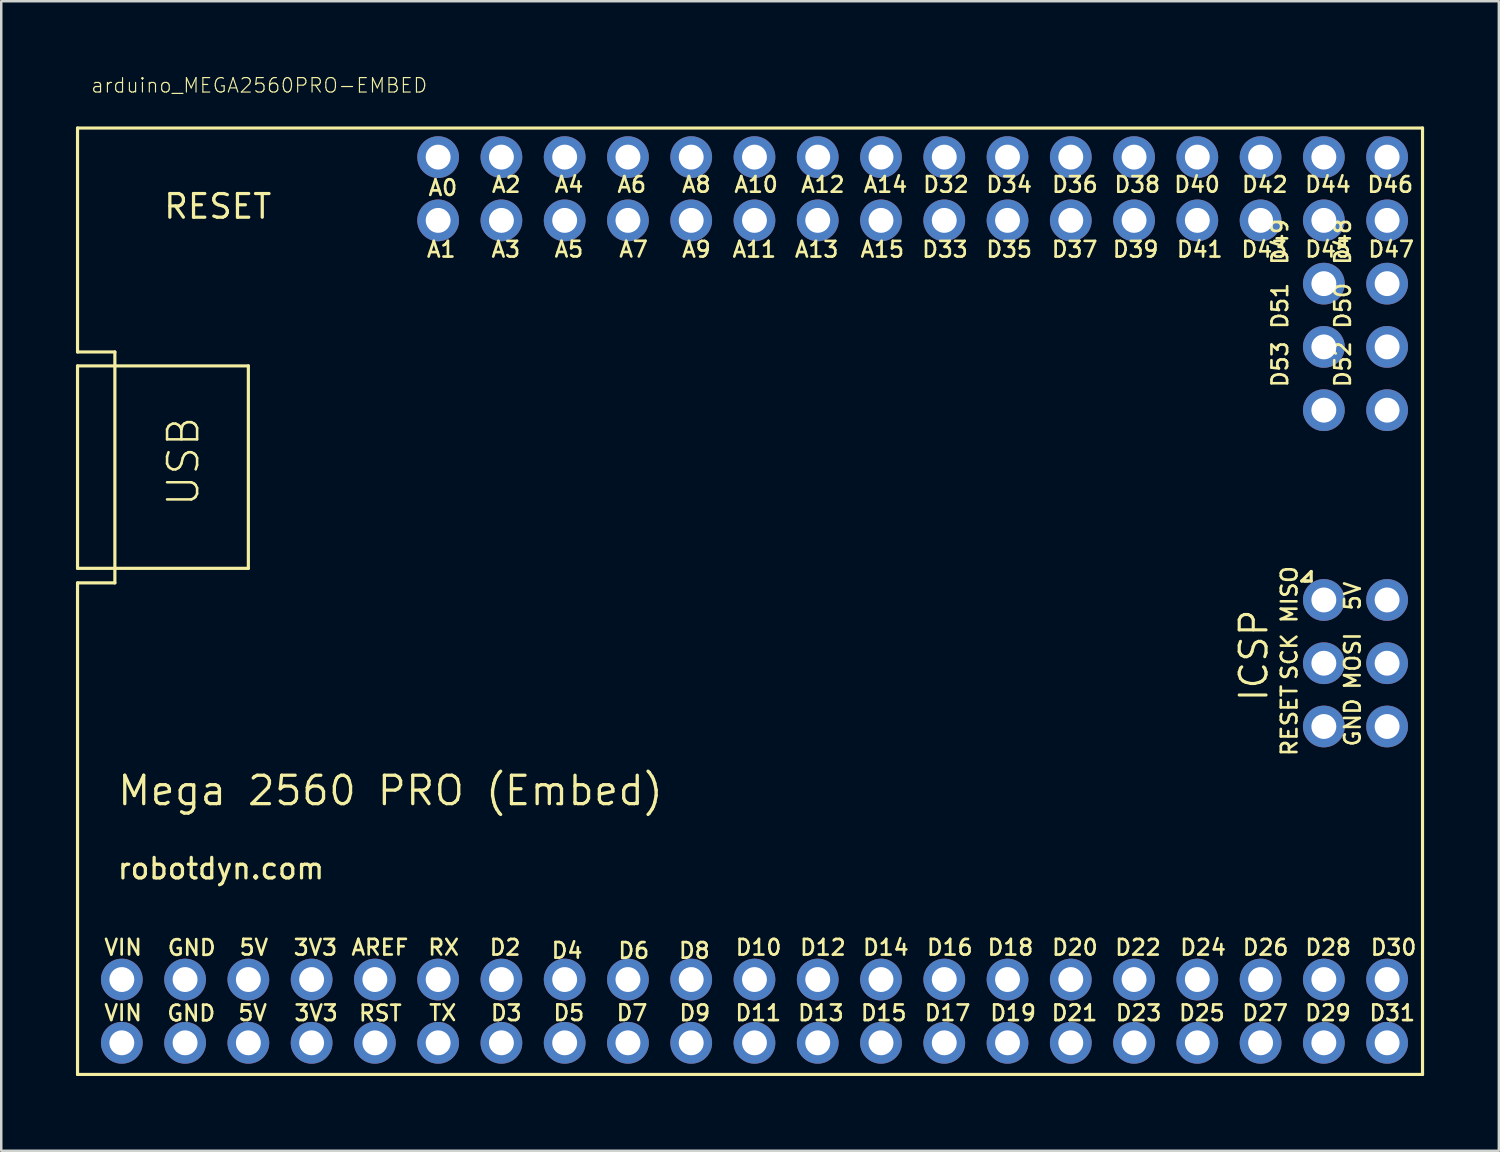
<source format=kicad_pcb>
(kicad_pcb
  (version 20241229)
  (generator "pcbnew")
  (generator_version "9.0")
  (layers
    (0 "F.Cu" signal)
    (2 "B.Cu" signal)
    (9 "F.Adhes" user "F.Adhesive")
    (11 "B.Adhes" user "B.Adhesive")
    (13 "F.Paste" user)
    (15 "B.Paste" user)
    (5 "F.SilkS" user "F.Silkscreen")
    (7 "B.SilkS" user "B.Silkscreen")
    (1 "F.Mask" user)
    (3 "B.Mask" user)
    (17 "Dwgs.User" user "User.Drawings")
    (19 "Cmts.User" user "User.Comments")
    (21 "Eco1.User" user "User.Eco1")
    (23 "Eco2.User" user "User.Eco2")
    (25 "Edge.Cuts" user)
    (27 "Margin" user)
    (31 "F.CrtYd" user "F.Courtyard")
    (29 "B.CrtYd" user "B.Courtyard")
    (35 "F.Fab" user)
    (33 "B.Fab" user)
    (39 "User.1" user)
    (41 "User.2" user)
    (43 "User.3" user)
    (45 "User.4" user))
  (footprint "arduino_MEGA2560PRO-EMBED"
    (layer "F.Cu")
    (at 34.861 19.768)
    (property "Reference" "arduino_MEGA2560PRO-EMBED" (at -34.29 -19.05 0) (layer "F.SilkS") (effects (font (size 0.579 0.579) (thickness 0.046)) (justify left bottom)))
    (attr through_hole)
    (fp_line (start -34.798 -17.678) (end 19.202 -17.678) (stroke (width 0.127) (type solid)) (layer "F.SilkS"))
    (fp_line (start -34.798 -8.687) (end -34.798 -17.678) (stroke (width 0.127) (type solid)) (layer "F.SilkS"))
    (fp_line (start -34.798 -8.687) (end -33.299 -8.687) (stroke (width 0.127) (type solid)) (layer "F.SilkS"))
    (fp_line (start -34.798 -8.128) (end -34.798 0) (stroke (width 0.127) (type solid)) (layer "F.SilkS"))
    (fp_line (start -34.798 0) (end -27.94 0) (stroke (width 0.127) (type solid)) (layer "F.SilkS"))
    (fp_line (start -34.798 0.584) (end -33.299 0.584) (stroke (width 0.127) (type solid)) (layer "F.SilkS"))
    (fp_line (start -34.798 20.32) (end -34.798 0.584) (stroke (width 0.127) (type solid)) (layer "F.SilkS"))
    (fp_line (start -34.798 20.32) (end 19.202 20.32) (stroke (width 0.127) (type solid)) (layer "F.SilkS"))
    (fp_line (start -33.299 0.584) (end -33.299 -8.687) (stroke (width 0.127) (type solid)) (layer "F.SilkS"))
    (fp_line (start -27.94 -8.128) (end -34.798 -8.128) (stroke (width 0.127) (type solid)) (layer "F.SilkS"))
    (fp_line (start -27.94 0) (end -27.94 -8.128) (stroke (width 0.127) (type solid)) (layer "F.SilkS"))
    (fp_line (start -15.519 9.449) (end -15.392 9.449) (stroke (width 0.127) (type solid)) (layer "F.SilkS"))
    (fp_line (start 14.351 0.508) (end 14.732 0.127) (stroke (width 0.127) (type solid)) (layer "F.SilkS"))
    (fp_line (start 14.478 0.508) (end 14.351 0.508) (stroke (width 0.127) (type solid)) (layer "F.SilkS"))
    (fp_line (start 14.605 0.508) (end 14.478 0.508) (stroke (width 0.127) (type solid)) (layer "F.SilkS"))
    (fp_line (start 14.732 0.127) (end 14.732 0.508) (stroke (width 0.127) (type solid)) (layer "F.SilkS"))
    (fp_line (start 14.732 0.508) (end 14.478 0.508) (stroke (width 0.127) (type solid)) (layer "F.SilkS"))
    (fp_line (start 19.202 20.32) (end 19.202 -17.678) (stroke (width 0.127) (type solid)) (layer "F.SilkS"))
    (fp_text user "D20" (at 4.265 15.588 0) (layer "F.SilkS") (effects (font (size 0.627 0.627) (thickness 0.106)) (justify left bottom)))
    (fp_text user "D39" (at 6.703 -12.437 0) (layer "F.SilkS") (effects (font (size 0.627 0.627) (thickness 0.106)) (justify left bottom)))
    (fp_text user "AREF" (at -23.863 15.585 0) (layer "F.SilkS") (effects (font (size 0.627 0.627) (thickness 0.106)) (justify left bottom)))
    (fp_text user "D6" (at -13.148 15.715 0) (layer "F.SilkS") (effects (font (size 0.627 0.627) (thickness 0.106)) (justify left bottom)))
    (fp_text user "D46" (at 16.925 -15.039 0) (layer "F.SilkS") (effects (font (size 0.627 0.627) (thickness 0.106)) (justify left bottom)))
    (fp_text user "D7" (at -13.219 18.215 0) (layer "F.SilkS") (effects (font (size 0.627 0.627) (thickness 0.106)) (justify left bottom)))
    (fp_text user "D10" (at -8.435 15.588 0) (layer "F.SilkS") (effects (font (size 0.627 0.627) (thickness 0.106)) (justify left bottom)))
    (fp_text user "D30" (at 17.059 15.588 0) (layer "F.SilkS") (effects (font (size 0.627 0.627) (thickness 0.106)) (justify left bottom)))
    (fp_text user "A9" (at -10.587 -12.437 0) (layer "F.SilkS") (effects (font (size 0.627 0.627) (thickness 0.106)) (justify left bottom)))
    (fp_text user "D22" (at 6.8 15.588 0) (layer "F.SilkS") (effects (font (size 0.627 0.627) (thickness 0.106)) (justify left bottom)))
    (fp_text user "D3" (at -18.266 18.218 0) (layer "F.SilkS") (effects (font (size 0.627 0.627) (thickness 0.106)) (justify left bottom)))
    (fp_text user "D48" (at 16.366 -12.134 270) (layer "F.SilkS") (effects (font (size 0.627 0.627) (thickness 0.106)) (justify left bottom)))
    (fp_text user "GND" (at -31.259 18.228 0) (layer "F.SilkS") (effects (font (size 0.627 0.627) (thickness 0.106)) (justify left bottom)))
    (fp_text user "D4" (at -15.827 15.712 0) (layer "F.SilkS") (effects (font (size 0.627 0.627) (thickness 0.106)) (justify left bottom)))
    (fp_text user "D17" (at -0.848 18.218 0) (layer "F.SilkS") (effects (font (size 0.627 0.627) (thickness 0.106)) (justify left bottom)))
    (fp_text user "A15" (at -3.422 -12.437 0) (layer "F.SilkS") (effects (font (size 0.627 0.627) (thickness 0.106)) (justify left bottom)))
    (fp_text user "SCK" (at 14.221 4.545 90) (layer "F.SilkS") (effects (font (size 0.627 0.627) (thickness 0.106)) (justify left bottom)))
    (fp_text user "D31" (at 17.006 18.218 0) (layer "F.SilkS") (effects (font (size 0.627 0.627) (thickness 0.106)) (justify left bottom)))
    (fp_text user "D24" (at 9.41 15.588 0) (layer "F.SilkS") (effects (font (size 0.627 0.627) (thickness 0.106)) (justify left bottom)))
    (fp_text user "D13" (at -5.933 18.218 0) (layer "F.SilkS") (effects (font (size 0.627 0.627) (thickness 0.106)) (justify left bottom)))
    (fp_text user "robotdyn.com" (at -33.258 12.536 0) (layer "F.SilkS") (effects (font (size 0.823 0.823) (thickness 0.13)) (justify left bottom)))
    (fp_text user "RST" (at -23.562 18.228 0) (layer "F.SilkS") (effects (font (size 0.627 0.627) (thickness 0.106)) (justify left bottom)))
    (fp_text user "D29" (at 14.425 18.218 0) (layer "F.SilkS") (effects (font (size 0.627 0.627) (thickness 0.106)) (justify left bottom)))
    (fp_text user "D5" (at -15.754 18.215 0) (layer "F.SilkS") (effects (font (size 0.627 0.627) (thickness 0.106)) (justify left bottom)))
    (fp_text user "D35" (at 1.625 -12.437 0) (layer "F.SilkS") (effects (font (size 0.627 0.627) (thickness 0.106)) (justify left bottom)))
    (fp_text user "MOSI" (at 16.761 4.926 90) (layer "F.SilkS") (effects (font (size 0.627 0.627) (thickness 0.106)) (justify left bottom)))
    (fp_text user "D16" (at -0.758 15.588 0) (layer "F.SilkS") (effects (font (size 0.627 0.627) (thickness 0.106)) (justify left bottom)))
    (fp_text user "A12" (at -5.81 -15.039 0) (layer "F.SilkS") (effects (font (size 0.627 0.627) (thickness 0.106)) (justify left bottom)))
    (fp_text user "D23" (at 6.822 18.218 0) (layer "F.SilkS") (effects (font (size 0.627 0.627) (thickness 0.106)) (justify left bottom)))
    (fp_text user "A1" (at -20.833 -12.437 0) (layer "F.SilkS") (effects (font (size 0.627 0.627) (thickness 0.106)) (justify left bottom)))
    (fp_text user "5V" (at 16.761 1.751 90) (layer "F.SilkS") (effects (font (size 0.627 0.627) (thickness 0.106)) (justify left bottom)))
    (fp_text user "D19" (at 1.784 18.218 0) (layer "F.SilkS") (effects (font (size 0.627 0.627) (thickness 0.106)) (justify left bottom)))
    (fp_text user "D14" (at -3.326 15.588 0) (layer "F.SilkS") (effects (font (size 0.627 0.627) (thickness 0.106)) (justify left bottom)))
    (fp_text user "A3" (at -18.239 -12.437 0) (layer "F.SilkS") (effects (font (size 0.627 0.627) (thickness 0.106)) (justify left bottom)))
    (fp_text user "D52" (at 16.366 -7.212 270) (layer "F.SilkS") (effects (font (size 0.627 0.627) (thickness 0.106)) (justify left bottom)))
    (fp_text user "TX" (at -20.743 18.215 0) (layer "F.SilkS") (effects (font (size 0.627 0.627) (thickness 0.106)) (justify left bottom)))
    (fp_text user "A8" (at -10.59 -15.039 0) (layer "F.SilkS") (effects (font (size 0.627 0.627) (thickness 0.106)) (justify left bottom)))
    (fp_text user "D47" (at 16.962 -12.441 0) (layer "F.SilkS") (effects (font (size 0.627 0.627) (thickness 0.106)) (justify left bottom)))
    (fp_text user "RESET" (at 14.221 7.593 90) (layer "F.SilkS") (effects (font (size 0.627 0.627) (thickness 0.106)) (justify left bottom)))
    (fp_text user "D8" (at -10.715 15.715 0) (layer "F.SilkS") (effects (font (size 0.627 0.627) (thickness 0.106)) (justify left bottom)))
    (fp_text user "D34" (at 1.624 -15.039 0) (layer "F.SilkS") (effects (font (size 0.627 0.627) (thickness 0.106)) (justify left bottom)))
    (fp_text user "A5" (at -15.706 -12.441 0) (layer "F.SilkS") (effects (font (size 0.627 0.627) (thickness 0.106)) (justify left bottom)))
    (fp_text user "D26" (at 11.92 15.588 0) (layer "F.SilkS") (effects (font (size 0.627 0.627) (thickness 0.106)) (justify left bottom)))
    (fp_text user "D38" (at 6.768 -15.039 0) (layer "F.SilkS") (effects (font (size 0.627 0.627) (thickness 0.106)) (justify left bottom)))
    (fp_text user "D44" (at 14.424 -15.042 0) (layer "F.SilkS") (effects (font (size 0.627 0.627) (thickness 0.106)) (justify left bottom)))
    (fp_text user "GND" (at -31.239 15.598 0) (layer "F.SilkS") (effects (font (size 0.627 0.627) (thickness 0.106)) (justify left bottom)))
    (fp_text user "VIN" (at -33.783 15.585 0) (layer "F.SilkS") (effects (font (size 0.627 0.627) (thickness 0.106)) (justify left bottom)))
    (fp_text user "5V" (at -28.357 15.585 0) (layer "F.SilkS") (effects (font (size 0.627 0.627) (thickness 0.106)) (justify left bottom)))
    (fp_text user "D49" (at 13.846 -12.134 270) (layer "F.SilkS") (effects (font (size 0.627 0.627) (thickness 0.106)) (justify left bottom)))
    (fp_text user "Mega 2560 PRO (Embed)" (at -33.26 9.593 0) (layer "F.SilkS") (effects (font (size 1.14 1.14) (thickness 0.132)) (justify left bottom)))
    (fp_text user "D36" (at 4.265 -15.039 0) (layer "F.SilkS") (effects (font (size 0.627 0.627) (thickness 0.106)) (justify left bottom)))
    (fp_text user "D18" (at 1.677 15.588 0) (layer "F.SilkS") (effects (font (size 0.627 0.627) (thickness 0.106)) (justify left bottom)))
    (fp_text user "D12" (at -5.852 15.588 0) (layer "F.SilkS") (effects (font (size 0.627 0.627) (thickness 0.106)) (justify left bottom)))
    (fp_text user "GND" (at 16.761 7.212 90) (layer "F.SilkS") (effects (font (size 0.627 0.627) (thickness 0.106)) (justify left bottom)))
    (fp_text user "D50" (at 16.366 -9.562 270) (layer "F.SilkS") (effects (font (size 0.627 0.627) (thickness 0.106)) (justify left bottom)))
    (fp_text user "D28" (at 14.432 15.588 0) (layer "F.SilkS") (effects (font (size 0.627 0.627) (thickness 0.106)) (justify left bottom)))
    (fp_text user "D53" (at 13.846 -7.212 270) (layer "F.SilkS") (effects (font (size 0.627 0.627) (thickness 0.106)) (justify left bottom)))
    (fp_text user "3V3" (at -26.156 18.218 0) (layer "F.SilkS") (effects (font (size 0.627 0.627) (thickness 0.106)) (justify left bottom)))
    (fp_text user "RX" (at -20.78 15.585 0) (layer "F.SilkS") (effects (font (size 0.627 0.627) (thickness 0.106)) (justify left bottom)))
    (fp_text user "ICSP" (at 13.057 5.424 90) (layer "F.SilkS") (effects (font (size 1.077 1.077) (thickness 0.125)) (justify left bottom)))
    (fp_text user "D2" (at -18.314 15.588 0) (layer "F.SilkS") (effects (font (size 0.627 0.627) (thickness 0.106)) (justify left bottom)))
    (fp_text user "A11" (at -8.561 -12.437 0) (layer "F.SilkS") (effects (font (size 0.627 0.627) (thickness 0.106)) (justify left bottom)))
    (fp_text user "D43" (at 11.868 -12.437 0) (layer "F.SilkS") (effects (font (size 0.627 0.627) (thickness 0.106)) (justify left bottom)))
    (fp_text user "A7" (at -13.11 -12.441 0) (layer "F.SilkS") (effects (font (size 0.627 0.627) (thickness 0.106)) (justify left bottom)))
    (fp_text user "A14" (at -3.296 -15.039 0) (layer "F.SilkS") (effects (font (size 0.627 0.627) (thickness 0.106)) (justify left bottom)))
    (fp_text user "USB" (at -29.845 -2.413 90) (layer "F.SilkS") (effects (font (size 1.206 1.206) (thickness 0.102)) (justify left bottom)))
    (fp_text user "D11" (at -8.449 18.218 0) (layer "F.SilkS") (effects (font (size 0.627 0.627) (thickness 0.106)) (justify left bottom)))
    (fp_text user "A4" (at -15.703 -15.042 0) (layer "F.SilkS") (effects (font (size 0.627 0.627) (thickness 0.106)) (justify left bottom)))
    (fp_text user "D33" (at -0.951 -12.437 0) (layer "F.SilkS") (effects (font (size 0.627 0.627) (thickness 0.106)) (justify left bottom)))
    (fp_text user "D27" (at 11.901 18.218 0) (layer "F.SilkS") (effects (font (size 0.627 0.627) (thickness 0.106)) (justify left bottom)))
    (fp_text user "3V3" (at -26.183 15.588 0) (layer "F.SilkS") (effects (font (size 0.627 0.627) (thickness 0.106)) (justify left bottom)))
    (fp_text user "D15" (at -3.411 18.218 0) (layer "F.SilkS") (effects (font (size 0.627 0.627) (thickness 0.106)) (justify left bottom)))
    (fp_text user "A0" (at -20.766 -14.912 0) (layer "F.SilkS") (effects (font (size 0.627 0.627) (thickness 0.106)) (justify left bottom)))
    (fp_text user "D9" (at -10.697 18.218 0) (layer "F.SilkS") (effects (font (size 0.627 0.627) (thickness 0.106)) (justify left bottom)))
    (fp_text user "A10" (at -8.489 -15.039 0) (layer "F.SilkS") (effects (font (size 0.627 0.627) (thickness 0.106)) (justify left bottom)))
    (fp_text user "D51" (at 13.846 -9.557 270) (layer "F.SilkS") (effects (font (size 0.627 0.627) (thickness 0.106)) (justify left bottom)))
    (fp_text user "D45" (at 14.427 -12.441 0) (layer "F.SilkS") (effects (font (size 0.627 0.627) (thickness 0.106)) (justify left bottom)))
    (fp_text user "A13" (at -6.058 -12.437 0) (layer "F.SilkS") (effects (font (size 0.627 0.627) (thickness 0.106)) (justify left bottom)))
    (fp_text user "A6" (at -13.183 -15.039 0) (layer "F.SilkS") (effects (font (size 0.627 0.627) (thickness 0.106)) (justify left bottom)))
    (fp_text user "A2" (at -18.222 -15.039 0) (layer "F.SilkS") (effects (font (size 0.627 0.627) (thickness 0.106)) (justify left bottom)))
    (fp_text user "D42" (at 11.89 -15.039 0) (layer "F.SilkS") (effects (font (size 0.627 0.627) (thickness 0.106)) (justify left bottom)))
    (fp_text user "RESET" (at -31.403 -13.975 0) (layer "F.SilkS") (effects (font (size 0.95 0.95) (thickness 0.13)) (justify left bottom)))
    (fp_text user "VIN" (at -33.784 18.215 0) (layer "F.SilkS") (effects (font (size 0.627 0.627) (thickness 0.106)) (justify left bottom)))
    (fp_text user "D32" (at -0.911 -15.039 0) (layer "F.SilkS") (effects (font (size 0.627 0.627) (thickness 0.106)) (justify left bottom)))
    (fp_text user "D41" (at 9.276 -12.437 0) (layer "F.SilkS") (effects (font (size 0.627 0.627) (thickness 0.106)) (justify left bottom)))
    (fp_text user "5V" (at -28.407 18.215 0) (layer "F.SilkS") (effects (font (size 0.627 0.627) (thickness 0.106)) (justify left bottom)))
    (fp_text user "D40" (at 9.169 -15.039 0) (layer "F.SilkS") (effects (font (size 0.627 0.627) (thickness 0.106)) (justify left bottom)))
    (fp_text user "D37" (at 4.253 -12.437 0) (layer "F.SilkS") (effects (font (size 0.627 0.627) (thickness 0.106)) (justify left bottom)))
    (fp_text user "D25" (at 9.363 18.218 0) (layer "F.SilkS") (effects (font (size 0.627 0.627) (thickness 0.106)) (justify left bottom)))
    (fp_text user "MISO" (at 14.221 2.259 90) (layer "F.SilkS") (effects (font (size 0.627 0.627) (thickness 0.106)) (justify left bottom)))
    (fp_text user "D21" (at 4.248 18.218 0) (layer "F.SilkS") (effects (font (size 0.627 0.627) (thickness 0.106)) (justify left bottom)))
    (pad "3V3@1" thru_hole circle (at -25.4 19.05) (size 1.676 1.676) (drill 1) (layers "*.Cu" "*.Mask"))
    (pad "3V3@2" thru_hole circle (at -25.4 16.51) (size 1.676 1.676) (drill 1) (layers "*.Cu" "*.Mask"))
    (pad "5V@1" thru_hole circle (at -27.94 19.05) (size 1.676 1.676) (drill 1) (layers "*.Cu" "*.Mask"))
    (pad "5V@2" thru_hole circle (at -27.94 16.51) (size 1.676 1.676) (drill 1) (layers "*.Cu" "*.Mask"))
    (pad "5V@3" thru_hole circle (at 17.78 1.27) (size 1.676 1.676) (drill 1) (layers "*.Cu" "*.Mask"))
    (pad "A0" thru_hole circle (at -20.32 -16.51) (size 1.676 1.676) (drill 1) (layers "*.Cu" "*.Mask"))
    (pad "A1" thru_hole circle (at -20.32 -13.97) (size 1.676 1.676) (drill 1) (layers "*.Cu" "*.Mask"))
    (pad "A2" thru_hole circle (at -17.78 -16.51) (size 1.676 1.676) (drill 1) (layers "*.Cu" "*.Mask"))
    (pad "A3" thru_hole circle (at -17.78 -13.97) (size 1.676 1.676) (drill 1) (layers "*.Cu" "*.Mask"))
    (pad "A4" thru_hole circle (at -15.24 -16.51) (size 1.676 1.676) (drill 1) (layers "*.Cu" "*.Mask"))
    (pad "A5" thru_hole circle (at -15.24 -13.97) (size 1.676 1.676) (drill 1) (layers "*.Cu" "*.Mask"))
    (pad "A6" thru_hole circle (at -12.7 -16.51) (size 1.676 1.676) (drill 1) (layers "*.Cu" "*.Mask"))
    (pad "A7" thru_hole circle (at -12.7 -13.97) (size 1.676 1.676) (drill 1) (layers "*.Cu" "*.Mask"))
    (pad "A8" thru_hole circle (at -10.16 -16.51) (size 1.676 1.676) (drill 1) (layers "*.Cu" "*.Mask"))
    (pad "A9" thru_hole circle (at -10.16 -13.97) (size 1.676 1.676) (drill 1) (layers "*.Cu" "*.Mask"))
    (pad "A10" thru_hole circle (at -7.62 -16.51) (size 1.676 1.676) (drill 1) (layers "*.Cu" "*.Mask"))
    (pad "A11" thru_hole circle (at -7.62 -13.97) (size 1.676 1.676) (drill 1) (layers "*.Cu" "*.Mask"))
    (pad "A12" thru_hole circle (at -5.08 -16.51) (size 1.676 1.676) (drill 1) (layers "*.Cu" "*.Mask"))
    (pad "A13" thru_hole circle (at -5.08 -13.97) (size 1.676 1.676) (drill 1) (layers "*.Cu" "*.Mask"))
    (pad "A14" thru_hole circle (at -2.54 -16.51) (size 1.676 1.676) (drill 1) (layers "*.Cu" "*.Mask"))
    (pad "A15" thru_hole circle (at -2.54 -13.97) (size 1.676 1.676) (drill 1) (layers "*.Cu" "*.Mask"))
    (pad "AREF" thru_hole circle (at -22.86 16.51) (size 1.676 1.676) (drill 1) (layers "*.Cu" "*.Mask"))
    (pad "D2" thru_hole circle (at -17.78 16.51) (size 1.676 1.676) (drill 1) (layers "*.Cu" "*.Mask"))
    (pad "D3" thru_hole circle (at -17.78 19.05) (size 1.676 1.676) (drill 1) (layers "*.Cu" "*.Mask"))
    (pad "D4" thru_hole circle (at -15.24 16.51) (size 1.676 1.676) (drill 1) (layers "*.Cu" "*.Mask"))
    (pad "D5" thru_hole circle (at -15.24 19.05) (size 1.676 1.676) (drill 1) (layers "*.Cu" "*.Mask"))
    (pad "D6" thru_hole circle (at -12.7 16.51) (size 1.676 1.676) (drill 1) (layers "*.Cu" "*.Mask"))
    (pad "D7" thru_hole circle (at -12.7 19.05) (size 1.676 1.676) (drill 1) (layers "*.Cu" "*.Mask"))
    (pad "D8" thru_hole circle (at -10.16 16.51) (size 1.676 1.676) (drill 1) (layers "*.Cu" "*.Mask"))
    (pad "D9" thru_hole circle (at -10.16 19.05) (size 1.676 1.676) (drill 1) (layers "*.Cu" "*.Mask"))
    (pad "D10" thru_hole circle (at -7.62 16.51) (size 1.676 1.676) (drill 1) (layers "*.Cu" "*.Mask"))
    (pad "D11" thru_hole circle (at -7.62 19.05) (size 1.676 1.676) (drill 1) (layers "*.Cu" "*.Mask"))
    (pad "D12" thru_hole circle (at -5.08 16.51) (size 1.676 1.676) (drill 1) (layers "*.Cu" "*.Mask"))
    (pad "D13" thru_hole circle (at -5.08 19.05) (size 1.676 1.676) (drill 1) (layers "*.Cu" "*.Mask"))
    (pad "D14" thru_hole circle (at -2.54 16.51) (size 1.676 1.676) (drill 1) (layers "*.Cu" "*.Mask"))
    (pad "D15" thru_hole circle (at -2.54 19.05) (size 1.676 1.676) (drill 1) (layers "*.Cu" "*.Mask"))
    (pad "D16" thru_hole circle (at 0 16.51) (size 1.676 1.676) (drill 1) (layers "*.Cu" "*.Mask"))
    (pad "D17" thru_hole circle (at 0 19.05) (size 1.676 1.676) (drill 1) (layers "*.Cu" "*.Mask"))
    (pad "D18" thru_hole circle (at 2.54 16.51) (size 1.676 1.676) (drill 1) (layers "*.Cu" "*.Mask"))
    (pad "D19" thru_hole circle (at 2.54 19.05) (size 1.676 1.676) (drill 1) (layers "*.Cu" "*.Mask"))
    (pad "D20" thru_hole circle (at 5.08 16.51) (size 1.676 1.676) (drill 1) (layers "*.Cu" "*.Mask"))
    (pad "D21" thru_hole circle (at 5.08 19.05) (size 1.676 1.676) (drill 1) (layers "*.Cu" "*.Mask"))
    (pad "D22" thru_hole circle (at 7.62 16.51) (size 1.676 1.676) (drill 1) (layers "*.Cu" "*.Mask"))
    (pad "D23" thru_hole circle (at 7.62 19.05) (size 1.676 1.676) (drill 1) (layers "*.Cu" "*.Mask"))
    (pad "D24" thru_hole circle (at 10.16 16.51) (size 1.676 1.676) (drill 1) (layers "*.Cu" "*.Mask"))
    (pad "D25" thru_hole circle (at 10.16 19.05) (size 1.676 1.676) (drill 1) (layers "*.Cu" "*.Mask"))
    (pad "D26" thru_hole circle (at 12.7 16.51) (size 1.676 1.676) (drill 1) (layers "*.Cu" "*.Mask"))
    (pad "D27" thru_hole circle (at 12.7 19.05) (size 1.676 1.676) (drill 1) (layers "*.Cu" "*.Mask"))
    (pad "D28" thru_hole circle (at 15.24 16.51) (size 1.676 1.676) (drill 1) (layers "*.Cu" "*.Mask"))
    (pad "D29" thru_hole circle (at 15.24 19.05) (size 1.676 1.676) (drill 1) (layers "*.Cu" "*.Mask"))
    (pad "D30" thru_hole circle (at 17.78 16.51) (size 1.676 1.676) (drill 1) (layers "*.Cu" "*.Mask"))
    (pad "D31" thru_hole circle (at 17.78 19.05) (size 1.676 1.676) (drill 1) (layers "*.Cu" "*.Mask"))
    (pad "D32" thru_hole circle (at 0 -16.51) (size 1.676 1.676) (drill 1) (layers "*.Cu" "*.Mask"))
    (pad "D33" thru_hole circle (at 0 -13.97) (size 1.676 1.676) (drill 1) (layers "*.Cu" "*.Mask"))
    (pad "D34" thru_hole circle (at 2.54 -16.51) (size 1.676 1.676) (drill 1) (layers "*.Cu" "*.Mask"))
    (pad "D35" thru_hole circle (at 2.54 -13.97) (size 1.676 1.676) (drill 1) (layers "*.Cu" "*.Mask"))
    (pad "D36" thru_hole circle (at 5.08 -16.51) (size 1.676 1.676) (drill 1) (layers "*.Cu" "*.Mask"))
    (pad "D37" thru_hole circle (at 5.08 -13.97) (size 1.676 1.676) (drill 1) (layers "*.Cu" "*.Mask"))
    (pad "D38" thru_hole circle (at 7.62 -16.51) (size 1.676 1.676) (drill 1) (layers "*.Cu" "*.Mask"))
    (pad "D39" thru_hole circle (at 7.62 -13.97) (size 1.676 1.676) (drill 1) (layers "*.Cu" "*.Mask"))
    (pad "D40" thru_hole circle (at 10.16 -16.51) (size 1.676 1.676) (drill 1) (layers "*.Cu" "*.Mask"))
    (pad "D41" thru_hole circle (at 10.16 -13.97) (size 1.676 1.676) (drill 1) (layers "*.Cu" "*.Mask"))
    (pad "D42" thru_hole circle (at 12.7 -16.51) (size 1.676 1.676) (drill 1) (layers "*.Cu" "*.Mask"))
    (pad "D43" thru_hole circle (at 12.7 -13.97) (size 1.676 1.676) (drill 1) (layers "*.Cu" "*.Mask"))
    (pad "D44" thru_hole circle (at 15.24 -16.51) (size 1.676 1.676) (drill 1) (layers "*.Cu" "*.Mask"))
    (pad "D45" thru_hole circle (at 15.24 -13.97) (size 1.676 1.676) (drill 1) (layers "*.Cu" "*.Mask"))
    (pad "D46" thru_hole circle (at 17.78 -16.51) (size 1.676 1.676) (drill 1) (layers "*.Cu" "*.Mask"))
    (pad "D47" thru_hole circle (at 17.78 -13.97) (size 1.676 1.676) (drill 1) (layers "*.Cu" "*.Mask"))
    (pad "D48" thru_hole circle (at 17.78 -11.43) (size 1.676 1.676) (drill 1) (layers "*.Cu" "*.Mask"))
    (pad "D49" thru_hole circle (at 15.24 -11.43) (size 1.676 1.676) (drill 1) (layers "*.Cu" "*.Mask"))
    (pad "D50" thru_hole circle (at 17.78 -8.89) (size 1.676 1.676) (drill 1) (layers "*.Cu" "*.Mask"))
    (pad "D51" thru_hole circle (at 15.24 -8.89) (size 1.676 1.676) (drill 1) (layers "*.Cu" "*.Mask"))
    (pad "D52" thru_hole circle (at 17.78 -6.35) (size 1.676 1.676) (drill 1) (layers "*.Cu" "*.Mask"))
    (pad "D53" thru_hole circle (at 15.24 -6.35) (size 1.676 1.676) (drill 1) (layers "*.Cu" "*.Mask"))
    (pad "GND@1" thru_hole circle (at -30.48 19.05) (size 1.676 1.676) (drill 1) (layers "*.Cu" "*.Mask"))
    (pad "GND@2" thru_hole circle (at -30.48 16.51) (size 1.676 1.676) (drill 1) (layers "*.Cu" "*.Mask"))
    (pad "GND@3" thru_hole circle (at 17.78 6.35) (size 1.676 1.676) (drill 1) (layers "*.Cu" "*.Mask"))
    (pad "MISO" thru_hole circle (at 15.24 1.27) (size 1.676 1.676) (drill 1) (layers "*.Cu" "*.Mask"))
    (pad "MOSI" thru_hole circle (at 17.78 3.81) (size 1.676 1.676) (drill 1) (layers "*.Cu" "*.Mask"))
    (pad "RESET" thru_hole circle (at 15.24 6.35) (size 1.676 1.676) (drill 1) (layers "*.Cu" "*.Mask"))
    (pad "RST" thru_hole circle (at -22.86 19.05) (size 1.676 1.676) (drill 1) (layers "*.Cu" "*.Mask"))
    (pad "RX" thru_hole circle (at -20.32 16.51) (size 1.676 1.676) (drill 1) (layers "*.Cu" "*.Mask"))
    (pad "SCK" thru_hole circle (at 15.24 3.81) (size 1.676 1.676) (drill 1) (layers "*.Cu" "*.Mask"))
    (pad "TX" thru_hole circle (at -20.32 19.05) (size 1.676 1.676) (drill 1) (layers "*.Cu" "*.Mask"))
    (pad "VIN@1" thru_hole circle (at -33.02 19.05) (size 1.676 1.676) (drill 1) (layers "*.Cu" "*.Mask"))
    (pad "VIN@2" thru_hole circle (at -33.02 16.51) (size 1.676 1.676) (drill 1) (layers "*.Cu" "*.Mask")))
  (gr_rect
    (start -3 -3)
    (end 57.127 43.152)
    (stroke (width 0.1) (type default))
    (fill no)
    (layer "Edge.Cuts")))
</source>
